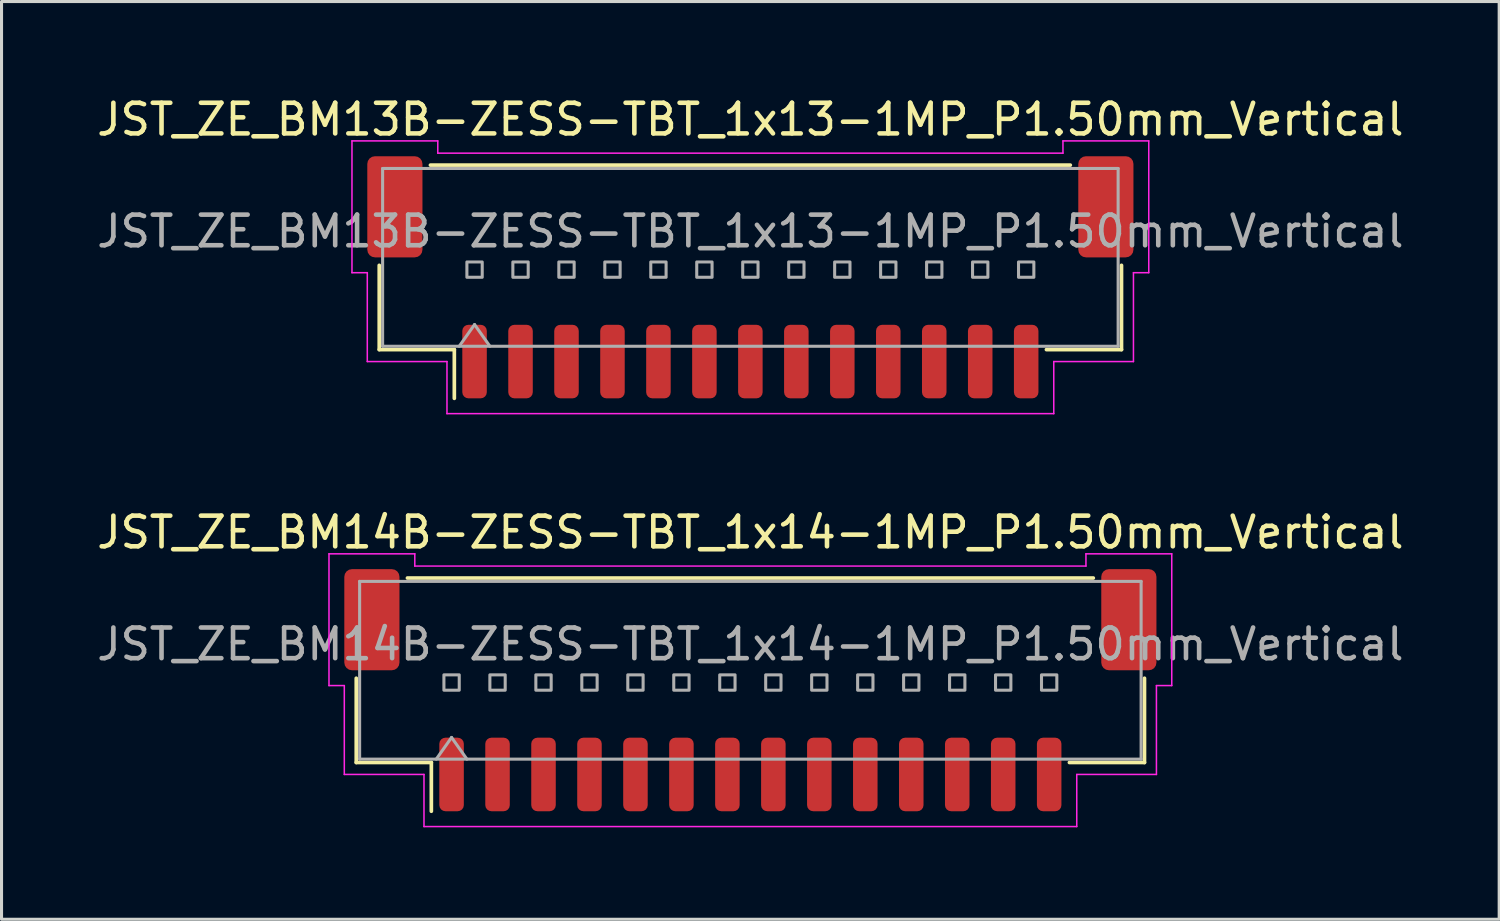
<source format=kicad_pcb>
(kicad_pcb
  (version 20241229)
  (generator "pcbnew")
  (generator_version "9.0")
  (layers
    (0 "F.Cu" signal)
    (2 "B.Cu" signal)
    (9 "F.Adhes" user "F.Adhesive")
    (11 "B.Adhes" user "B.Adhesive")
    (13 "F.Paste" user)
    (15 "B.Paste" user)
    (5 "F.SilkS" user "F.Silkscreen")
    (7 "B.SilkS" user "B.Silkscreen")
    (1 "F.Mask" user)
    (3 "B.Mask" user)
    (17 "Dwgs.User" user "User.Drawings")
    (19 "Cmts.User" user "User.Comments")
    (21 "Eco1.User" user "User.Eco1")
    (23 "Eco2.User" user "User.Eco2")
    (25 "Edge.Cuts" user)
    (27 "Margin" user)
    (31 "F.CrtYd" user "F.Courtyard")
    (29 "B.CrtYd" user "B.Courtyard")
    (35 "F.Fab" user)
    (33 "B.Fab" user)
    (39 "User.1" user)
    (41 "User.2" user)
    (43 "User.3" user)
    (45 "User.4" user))
  (footprint "JST_ZE_BM13B-ZESS-TBT_1x13-1MP_P1.50mm_Vertical"
    (layer "F.Cu")
    (at 21.435 5.998)
    (property "Reference" "JST_ZE_BM13B-ZESS-TBT_1x13-1MP_P1.50mm_Vertical" (at 0 -5.15 0) (layer "F.SilkS") (effects (font (size 1 1) (thickness 0.15))))
    (attr smd)
    (fp_line (start -12.11 -0.39) (end -12.11 2.36) (stroke (width 0.12) (type solid)) (layer "F.SilkS"))
    (fp_line (start -12.11 2.36) (end -9.66 2.36) (stroke (width 0.12) (type solid)) (layer "F.SilkS"))
    (fp_line (start -10.44 -3.66) (end 10.44 -3.66) (stroke (width 0.12) (type solid)) (layer "F.SilkS"))
    (fp_line (start -9.66 2.36) (end -9.66 3.95) (stroke (width 0.12) (type solid)) (layer "F.SilkS"))
    (fp_line (start 12.11 -0.39) (end 12.11 2.36) (stroke (width 0.12) (type solid)) (layer "F.SilkS"))
    (fp_line (start 12.11 2.36) (end 9.66 2.36) (stroke (width 0.12) (type solid)) (layer "F.SilkS"))
    (fp_line (start -13 -4.45) (end -10.2 -4.45) (stroke (width 0.05) (type solid)) (layer "F.CrtYd"))
    (fp_line (start -13 -0.15) (end -13 -4.45) (stroke (width 0.05) (type solid)) (layer "F.CrtYd"))
    (fp_line (start -12.5 -0.15) (end -13 -0.15) (stroke (width 0.05) (type solid)) (layer "F.CrtYd"))
    (fp_line (start -12.5 2.75) (end -12.5 -0.15) (stroke (width 0.05) (type solid)) (layer "F.CrtYd"))
    (fp_line (start -10.2 -4.45) (end -10.2 -4.05) (stroke (width 0.05) (type solid)) (layer "F.CrtYd"))
    (fp_line (start -10.2 -4.05) (end 10.2 -4.05) (stroke (width 0.05) (type solid)) (layer "F.CrtYd"))
    (fp_line (start -9.9 2.75) (end -12.5 2.75) (stroke (width 0.05) (type solid)) (layer "F.CrtYd"))
    (fp_line (start -9.9 4.45) (end -9.9 2.75) (stroke (width 0.05) (type solid)) (layer "F.CrtYd"))
    (fp_line (start 9.9 2.75) (end 9.9 4.45) (stroke (width 0.05) (type solid)) (layer "F.CrtYd"))
    (fp_line (start 9.9 4.45) (end -9.9 4.45) (stroke (width 0.05) (type solid)) (layer "F.CrtYd"))
    (fp_line (start 10.2 -4.45) (end 13 -4.45) (stroke (width 0.05) (type solid)) (layer "F.CrtYd"))
    (fp_line (start 10.2 -4.05) (end 10.2 -4.45) (stroke (width 0.05) (type solid)) (layer "F.CrtYd"))
    (fp_line (start 12.5 -0.15) (end 12.5 2.75) (stroke (width 0.05) (type solid)) (layer "F.CrtYd"))
    (fp_line (start 12.5 2.75) (end 9.9 2.75) (stroke (width 0.05) (type solid)) (layer "F.CrtYd"))
    (fp_line (start 13 -4.45) (end 13 -0.15) (stroke (width 0.05) (type solid)) (layer "F.CrtYd"))
    (fp_line (start 13 -0.15) (end 12.5 -0.15) (stroke (width 0.05) (type solid)) (layer "F.CrtYd"))
    (fp_line (start -12 -3.55) (end 12 -3.55) (stroke (width 0.1) (type solid)) (layer "F.Fab"))
    (fp_line (start -12 2.25) (end -12 -3.55) (stroke (width 0.1) (type solid)) (layer "F.Fab"))
    (fp_line (start -12 2.25) (end 12 2.25) (stroke (width 0.1) (type solid)) (layer "F.Fab"))
    (fp_line (start -9.5 2.25) (end -9 1.543) (stroke (width 0.1) (type solid)) (layer "F.Fab"))
    (fp_line (start -9 1.543) (end -8.5 2.25) (stroke (width 0.1) (type solid)) (layer "F.Fab"))
    (fp_line (start 12 2.25) (end 12 -3.55) (stroke (width 0.1) (type solid)) (layer "F.Fab"))
    (fp_rect (start -9.25 -0.5) (end -8.75 0) (stroke (width 0.1) (type solid)) (fill no) (layer "F.Fab"))
    (fp_rect (start -7.75 -0.5) (end -7.25 0) (stroke (width 0.1) (type solid)) (fill no) (layer "F.Fab"))
    (fp_rect (start -6.25 -0.5) (end -5.75 0) (stroke (width 0.1) (type solid)) (fill no) (layer "F.Fab"))
    (fp_rect (start -4.75 -0.5) (end -4.25 0) (stroke (width 0.1) (type solid)) (fill no) (layer "F.Fab"))
    (fp_rect (start -3.25 -0.5) (end -2.75 0) (stroke (width 0.1) (type solid)) (fill no) (layer "F.Fab"))
    (fp_rect (start -1.75 -0.5) (end -1.25 0) (stroke (width 0.1) (type solid)) (fill no) (layer "F.Fab"))
    (fp_rect (start -0.25 -0.5) (end 0.25 0) (stroke (width 0.1) (type solid)) (fill no) (layer "F.Fab"))
    (fp_rect (start 1.25 -0.5) (end 1.75 0) (stroke (width 0.1) (type solid)) (fill no) (layer "F.Fab"))
    (fp_rect (start 2.75 -0.5) (end 3.25 0) (stroke (width 0.1) (type solid)) (fill no) (layer "F.Fab"))
    (fp_rect (start 4.25 -0.5) (end 4.75 0) (stroke (width 0.1) (type solid)) (fill no) (layer "F.Fab"))
    (fp_rect (start 5.75 -0.5) (end 6.25 0) (stroke (width 0.1) (type solid)) (fill no) (layer "F.Fab"))
    (fp_rect (start 7.25 -0.5) (end 7.75 0) (stroke (width 0.1) (type solid)) (fill no) (layer "F.Fab"))
    (fp_rect (start 8.75 -0.5) (end 9.25 0) (stroke (width 0.1) (type solid)) (fill no) (layer "F.Fab"))
    (fp_text user "${REFERENCE}" (at 0 -1.5 0) (layer "F.Fab") (effects (font (size 1 1) (thickness 0.15))))
    (pad "1" smd roundrect (at -9 2.75) (size 0.8 2.4) (layers "F.Cu" "F.Mask" "F.Paste") (roundrect_rratio 0.25))
    (pad "2" smd roundrect (at -7.5 2.75) (size 0.8 2.4) (layers "F.Cu" "F.Mask" "F.Paste") (roundrect_rratio 0.25))
    (pad "3" smd roundrect (at -6 2.75) (size 0.8 2.4) (layers "F.Cu" "F.Mask" "F.Paste") (roundrect_rratio 0.25))
    (pad "4" smd roundrect (at -4.5 2.75) (size 0.8 2.4) (layers "F.Cu" "F.Mask" "F.Paste") (roundrect_rratio 0.25))
    (pad "5" smd roundrect (at -3 2.75) (size 0.8 2.4) (layers "F.Cu" "F.Mask" "F.Paste") (roundrect_rratio 0.25))
    (pad "6" smd roundrect (at -1.5 2.75) (size 0.8 2.4) (layers "F.Cu" "F.Mask" "F.Paste") (roundrect_rratio 0.25))
    (pad "7" smd roundrect (at 0 2.75) (size 0.8 2.4) (layers "F.Cu" "F.Mask" "F.Paste") (roundrect_rratio 0.25))
    (pad "8" smd roundrect (at 1.5 2.75) (size 0.8 2.4) (layers "F.Cu" "F.Mask" "F.Paste") (roundrect_rratio 0.25))
    (pad "9" smd roundrect (at 3 2.75) (size 0.8 2.4) (layers "F.Cu" "F.Mask" "F.Paste") (roundrect_rratio 0.25))
    (pad "10" smd roundrect (at 4.5 2.75) (size 0.8 2.4) (layers "F.Cu" "F.Mask" "F.Paste") (roundrect_rratio 0.25))
    (pad "11" smd roundrect (at 6 2.75) (size 0.8 2.4) (layers "F.Cu" "F.Mask" "F.Paste") (roundrect_rratio 0.25))
    (pad "12" smd roundrect (at 7.5 2.75) (size 0.8 2.4) (layers "F.Cu" "F.Mask" "F.Paste") (roundrect_rratio 0.25))
    (pad "13" smd roundrect (at 9 2.75) (size 0.8 2.4) (layers "F.Cu" "F.Mask" "F.Paste") (roundrect_rratio 0.25))
    (pad "MP" smd roundrect (at -11.6 -2.3) (size 1.8 3.3) (layers "F.Cu" "F.Mask" "F.Paste") (roundrect_rratio 0.139))
    (pad "MP" smd roundrect (at 11.6 -2.3) (size 1.8 3.3) (layers "F.Cu" "F.Mask" "F.Paste") (roundrect_rratio 0.139)))
  (footprint "JST_ZE_BM14B-ZESS-TBT_1x14-1MP_P1.50mm_Vertical"
    (layer "F.Cu")
    (at 21.435 19.471)
    (property "Reference" "JST_ZE_BM14B-ZESS-TBT_1x14-1MP_P1.50mm_Vertical" (at 0 -5.15 0) (layer "F.SilkS") (effects (font (size 1 1) (thickness 0.15))))
    (attr smd)
    (fp_line (start -12.86 -0.39) (end -12.86 2.36) (stroke (width 0.12) (type solid)) (layer "F.SilkS"))
    (fp_line (start -12.86 2.36) (end -10.41 2.36) (stroke (width 0.12) (type solid)) (layer "F.SilkS"))
    (fp_line (start -11.19 -3.66) (end 11.19 -3.66) (stroke (width 0.12) (type solid)) (layer "F.SilkS"))
    (fp_line (start -10.41 2.36) (end -10.41 3.95) (stroke (width 0.12) (type solid)) (layer "F.SilkS"))
    (fp_line (start 12.86 -0.39) (end 12.86 2.36) (stroke (width 0.12) (type solid)) (layer "F.SilkS"))
    (fp_line (start 12.86 2.36) (end 10.41 2.36) (stroke (width 0.12) (type solid)) (layer "F.SilkS"))
    (fp_line (start -13.75 -4.45) (end -10.95 -4.45) (stroke (width 0.05) (type solid)) (layer "F.CrtYd"))
    (fp_line (start -13.75 -0.15) (end -13.75 -4.45) (stroke (width 0.05) (type solid)) (layer "F.CrtYd"))
    (fp_line (start -13.25 -0.15) (end -13.75 -0.15) (stroke (width 0.05) (type solid)) (layer "F.CrtYd"))
    (fp_line (start -13.25 2.75) (end -13.25 -0.15) (stroke (width 0.05) (type solid)) (layer "F.CrtYd"))
    (fp_line (start -10.95 -4.45) (end -10.95 -4.05) (stroke (width 0.05) (type solid)) (layer "F.CrtYd"))
    (fp_line (start -10.95 -4.05) (end 10.95 -4.05) (stroke (width 0.05) (type solid)) (layer "F.CrtYd"))
    (fp_line (start -10.65 2.75) (end -13.25 2.75) (stroke (width 0.05) (type solid)) (layer "F.CrtYd"))
    (fp_line (start -10.65 4.45) (end -10.65 2.75) (stroke (width 0.05) (type solid)) (layer "F.CrtYd"))
    (fp_line (start 10.65 2.75) (end 10.65 4.45) (stroke (width 0.05) (type solid)) (layer "F.CrtYd"))
    (fp_line (start 10.65 4.45) (end -10.65 4.45) (stroke (width 0.05) (type solid)) (layer "F.CrtYd"))
    (fp_line (start 10.95 -4.45) (end 13.75 -4.45) (stroke (width 0.05) (type solid)) (layer "F.CrtYd"))
    (fp_line (start 10.95 -4.05) (end 10.95 -4.45) (stroke (width 0.05) (type solid)) (layer "F.CrtYd"))
    (fp_line (start 13.25 -0.15) (end 13.25 2.75) (stroke (width 0.05) (type solid)) (layer "F.CrtYd"))
    (fp_line (start 13.25 2.75) (end 10.65 2.75) (stroke (width 0.05) (type solid)) (layer "F.CrtYd"))
    (fp_line (start 13.75 -4.45) (end 13.75 -0.15) (stroke (width 0.05) (type solid)) (layer "F.CrtYd"))
    (fp_line (start 13.75 -0.15) (end 13.25 -0.15) (stroke (width 0.05) (type solid)) (layer "F.CrtYd"))
    (fp_line (start -12.75 -3.55) (end 12.75 -3.55) (stroke (width 0.1) (type solid)) (layer "F.Fab"))
    (fp_line (start -12.75 2.25) (end -12.75 -3.55) (stroke (width 0.1) (type solid)) (layer "F.Fab"))
    (fp_line (start -12.75 2.25) (end 12.75 2.25) (stroke (width 0.1) (type solid)) (layer "F.Fab"))
    (fp_line (start -10.25 2.25) (end -9.75 1.543) (stroke (width 0.1) (type solid)) (layer "F.Fab"))
    (fp_line (start -9.75 1.543) (end -9.25 2.25) (stroke (width 0.1) (type solid)) (layer "F.Fab"))
    (fp_line (start 12.75 2.25) (end 12.75 -3.55) (stroke (width 0.1) (type solid)) (layer "F.Fab"))
    (fp_rect (start -10 -0.5) (end -9.5 0) (stroke (width 0.1) (type solid)) (fill no) (layer "F.Fab"))
    (fp_rect (start -8.5 -0.5) (end -8 0) (stroke (width 0.1) (type solid)) (fill no) (layer "F.Fab"))
    (fp_rect (start -7 -0.5) (end -6.5 0) (stroke (width 0.1) (type solid)) (fill no) (layer "F.Fab"))
    (fp_rect (start -5.5 -0.5) (end -5 0) (stroke (width 0.1) (type solid)) (fill no) (layer "F.Fab"))
    (fp_rect (start -4 -0.5) (end -3.5 0) (stroke (width 0.1) (type solid)) (fill no) (layer "F.Fab"))
    (fp_rect (start -2.5 -0.5) (end -2 0) (stroke (width 0.1) (type solid)) (fill no) (layer "F.Fab"))
    (fp_rect (start -1 -0.5) (end -0.5 0) (stroke (width 0.1) (type solid)) (fill no) (layer "F.Fab"))
    (fp_rect (start 0.5 -0.5) (end 1 0) (stroke (width 0.1) (type solid)) (fill no) (layer "F.Fab"))
    (fp_rect (start 2 -0.5) (end 2.5 0) (stroke (width 0.1) (type solid)) (fill no) (layer "F.Fab"))
    (fp_rect (start 3.5 -0.5) (end 4 0) (stroke (width 0.1) (type solid)) (fill no) (layer "F.Fab"))
    (fp_rect (start 5 -0.5) (end 5.5 0) (stroke (width 0.1) (type solid)) (fill no) (layer "F.Fab"))
    (fp_rect (start 6.5 -0.5) (end 7 0) (stroke (width 0.1) (type solid)) (fill no) (layer "F.Fab"))
    (fp_rect (start 8 -0.5) (end 8.5 0) (stroke (width 0.1) (type solid)) (fill no) (layer "F.Fab"))
    (fp_rect (start 9.5 -0.5) (end 10 0) (stroke (width 0.1) (type solid)) (fill no) (layer "F.Fab"))
    (fp_text user "${REFERENCE}" (at 0 -1.5 0) (layer "F.Fab") (effects (font (size 1 1) (thickness 0.15))))
    (pad "1" smd roundrect (at -9.75 2.75) (size 0.8 2.4) (layers "F.Cu" "F.Mask" "F.Paste") (roundrect_rratio 0.25))
    (pad "2" smd roundrect (at -8.25 2.75) (size 0.8 2.4) (layers "F.Cu" "F.Mask" "F.Paste") (roundrect_rratio 0.25))
    (pad "3" smd roundrect (at -6.75 2.75) (size 0.8 2.4) (layers "F.Cu" "F.Mask" "F.Paste") (roundrect_rratio 0.25))
    (pad "4" smd roundrect (at -5.25 2.75) (size 0.8 2.4) (layers "F.Cu" "F.Mask" "F.Paste") (roundrect_rratio 0.25))
    (pad "5" smd roundrect (at -3.75 2.75) (size 0.8 2.4) (layers "F.Cu" "F.Mask" "F.Paste") (roundrect_rratio 0.25))
    (pad "6" smd roundrect (at -2.25 2.75) (size 0.8 2.4) (layers "F.Cu" "F.Mask" "F.Paste") (roundrect_rratio 0.25))
    (pad "7" smd roundrect (at -0.75 2.75) (size 0.8 2.4) (layers "F.Cu" "F.Mask" "F.Paste") (roundrect_rratio 0.25))
    (pad "8" smd roundrect (at 0.75 2.75) (size 0.8 2.4) (layers "F.Cu" "F.Mask" "F.Paste") (roundrect_rratio 0.25))
    (pad "9" smd roundrect (at 2.25 2.75) (size 0.8 2.4) (layers "F.Cu" "F.Mask" "F.Paste") (roundrect_rratio 0.25))
    (pad "10" smd roundrect (at 3.75 2.75) (size 0.8 2.4) (layers "F.Cu" "F.Mask" "F.Paste") (roundrect_rratio 0.25))
    (pad "11" smd roundrect (at 5.25 2.75) (size 0.8 2.4) (layers "F.Cu" "F.Mask" "F.Paste") (roundrect_rratio 0.25))
    (pad "12" smd roundrect (at 6.75 2.75) (size 0.8 2.4) (layers "F.Cu" "F.Mask" "F.Paste") (roundrect_rratio 0.25))
    (pad "13" smd roundrect (at 8.25 2.75) (size 0.8 2.4) (layers "F.Cu" "F.Mask" "F.Paste") (roundrect_rratio 0.25))
    (pad "14" smd roundrect (at 9.75 2.75) (size 0.8 2.4) (layers "F.Cu" "F.Mask" "F.Paste") (roundrect_rratio 0.25))
    (pad "MP" smd roundrect (at -12.35 -2.3) (size 1.8 3.3) (layers "F.Cu" "F.Mask" "F.Paste") (roundrect_rratio 0.139))
    (pad "MP" smd roundrect (at 12.35 -2.3) (size 1.8 3.3) (layers "F.Cu" "F.Mask" "F.Paste") (roundrect_rratio 0.139)))
  (gr_rect
    (start -3 -3)
    (end 45.869 26.947)
    (stroke (width 0.1) (type default))
    (fill no)
    (layer "Edge.Cuts")))
</source>
